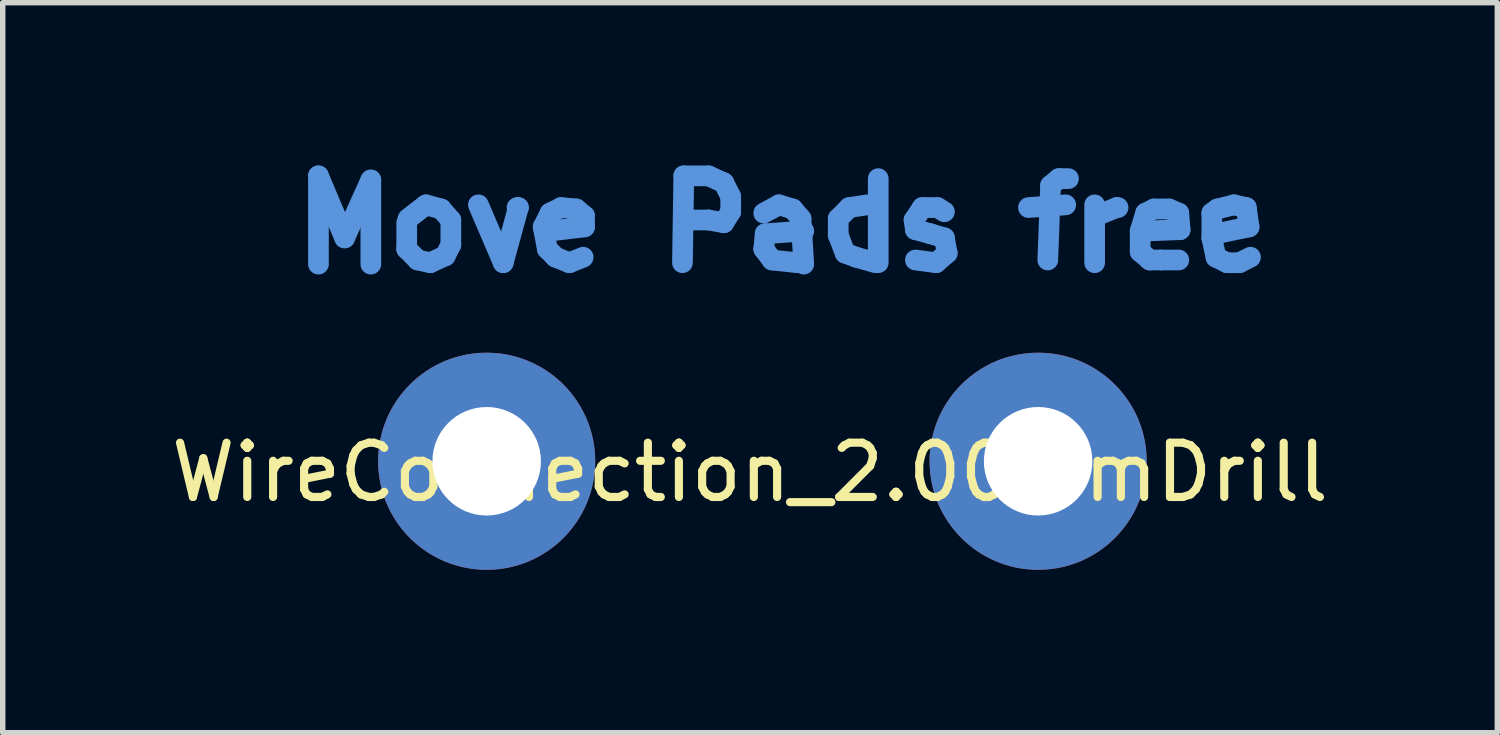
<source format=kicad_pcb>
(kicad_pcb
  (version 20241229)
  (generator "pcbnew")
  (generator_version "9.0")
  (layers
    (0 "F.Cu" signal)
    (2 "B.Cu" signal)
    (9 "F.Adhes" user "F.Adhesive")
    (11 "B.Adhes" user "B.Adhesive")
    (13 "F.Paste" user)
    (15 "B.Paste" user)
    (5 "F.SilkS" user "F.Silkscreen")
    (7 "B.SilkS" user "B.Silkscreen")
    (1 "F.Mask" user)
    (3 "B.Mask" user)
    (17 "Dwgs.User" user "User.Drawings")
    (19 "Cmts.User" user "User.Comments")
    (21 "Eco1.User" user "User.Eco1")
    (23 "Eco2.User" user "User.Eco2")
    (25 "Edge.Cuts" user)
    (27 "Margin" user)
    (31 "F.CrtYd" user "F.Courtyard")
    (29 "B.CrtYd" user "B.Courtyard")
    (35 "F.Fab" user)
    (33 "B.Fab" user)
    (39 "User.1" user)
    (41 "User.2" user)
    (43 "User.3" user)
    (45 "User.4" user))
  (footprint "WireConnection_2.00mmDrill"
    (layer "F.Cu")
    (at 5.916 5.448)
    (property "Reference" "WireConnection_2.00mmDrill" (at 4.851 0.203 0) (layer "F.SilkS") (effects (font (size 1 1) (thickness 0.15))))
    (attr through_hole)
    (fp_line (start -3.099 -5.258) (end -2.616 -4.115) (stroke (width 0.381) (type solid)) (layer "Cmts.User"))
    (fp_line (start -3.099 -3.632) (end -3.099 -5.258) (stroke (width 0.381) (type solid)) (layer "Cmts.User"))
    (fp_line (start -2.616 -4.115) (end -2.134 -5.182) (stroke (width 0.381) (type solid)) (layer "Cmts.User"))
    (fp_line (start -2.134 -5.182) (end -2.134 -3.632) (stroke (width 0.381) (type solid)) (layer "Cmts.User"))
    (fp_line (start -1.473 -4.394) (end -1.473 -3.912) (stroke (width 0.381) (type solid)) (layer "Cmts.User"))
    (fp_line (start -1.473 -3.912) (end -1.27 -3.708) (stroke (width 0.381) (type solid)) (layer "Cmts.User"))
    (fp_line (start -1.27 -3.708) (end -1.041 -3.658) (stroke (width 0.381) (type solid)) (layer "Cmts.User"))
    (fp_line (start -1.118 -4.724) (end -1.448 -4.47) (stroke (width 0.381) (type solid)) (layer "Cmts.User"))
    (fp_line (start -1.041 -3.658) (end -0.762 -3.785) (stroke (width 0.381) (type solid)) (layer "Cmts.User"))
    (fp_line (start -0.838 -4.648) (end -1.118 -4.724) (stroke (width 0.381) (type solid)) (layer "Cmts.User"))
    (fp_line (start -0.762 -3.785) (end -0.66 -3.988) (stroke (width 0.381) (type solid)) (layer "Cmts.User"))
    (fp_line (start -0.66 -4.445) (end -0.838 -4.648) (stroke (width 0.381) (type solid)) (layer "Cmts.User"))
    (fp_line (start -0.66 -3.988) (end -0.66 -4.445) (stroke (width 0.381) (type solid)) (layer "Cmts.User"))
    (fp_line (start -0.152 -4.724) (end 0.305 -3.658) (stroke (width 0.381) (type solid)) (layer "Cmts.User"))
    (fp_line (start 0.305 -3.658) (end 0.584 -4.674) (stroke (width 0.381) (type solid)) (layer "Cmts.User"))
    (fp_line (start 0.584 -4.674) (end 0.559 -4.674) (stroke (width 0.381) (type solid)) (layer "Cmts.User"))
    (fp_line (start 1.041 -4.318) (end 1.168 -4.572) (stroke (width 0.381) (type solid)) (layer "Cmts.User"))
    (fp_line (start 1.118 -3.912) (end 1.041 -4.318) (stroke (width 0.381) (type solid)) (layer "Cmts.User"))
    (fp_line (start 1.168 -4.572) (end 1.372 -4.674) (stroke (width 0.381) (type solid)) (layer "Cmts.User"))
    (fp_line (start 1.27 -3.759) (end 1.118 -3.912) (stroke (width 0.381) (type solid)) (layer "Cmts.User"))
    (fp_line (start 1.372 -4.674) (end 1.651 -4.648) (stroke (width 0.381) (type solid)) (layer "Cmts.User"))
    (fp_line (start 1.524 -3.658) (end 1.27 -3.759) (stroke (width 0.381) (type solid)) (layer "Cmts.User"))
    (fp_line (start 1.651 -4.648) (end 1.803 -4.521) (stroke (width 0.381) (type solid)) (layer "Cmts.User"))
    (fp_line (start 1.778 -3.759) (end 1.524 -3.658) (stroke (width 0.381) (type solid)) (layer "Cmts.User"))
    (fp_line (start 1.803 -4.521) (end 1.803 -4.318) (stroke (width 0.381) (type solid)) (layer "Cmts.User"))
    (fp_line (start 1.803 -4.318) (end 1.168 -4.242) (stroke (width 0.381) (type solid)) (layer "Cmts.User"))
    (fp_line (start 3.607 -3.658) (end 3.632 -5.258) (stroke (width 0.381) (type solid)) (layer "Cmts.User"))
    (fp_line (start 3.632 -5.258) (end 4.089 -5.258) (stroke (width 0.381) (type solid)) (layer "Cmts.User"))
    (fp_line (start 4.089 -5.258) (end 4.369 -5.131) (stroke (width 0.381) (type solid)) (layer "Cmts.User"))
    (fp_line (start 4.089 -4.445) (end 3.632 -4.445) (stroke (width 0.381) (type solid)) (layer "Cmts.User"))
    (fp_line (start 4.369 -5.131) (end 4.496 -4.877) (stroke (width 0.381) (type solid)) (layer "Cmts.User"))
    (fp_line (start 4.369 -4.394) (end 4.089 -4.445) (stroke (width 0.381) (type solid)) (layer "Cmts.User"))
    (fp_line (start 4.496 -4.877) (end 4.496 -4.597) (stroke (width 0.381) (type solid)) (layer "Cmts.User"))
    (fp_line (start 4.496 -4.597) (end 4.369 -4.394) (stroke (width 0.381) (type solid)) (layer "Cmts.User"))
    (fp_line (start 5.105 -4.572) (end 5.385 -4.724) (stroke (width 0.381) (type solid)) (layer "Cmts.User"))
    (fp_line (start 5.105 -3.912) (end 5.131 -4.191) (stroke (width 0.381) (type solid)) (layer "Cmts.User"))
    (fp_line (start 5.131 -4.191) (end 5.842 -4.242) (stroke (width 0.381) (type solid)) (layer "Cmts.User"))
    (fp_line (start 5.258 -3.708) (end 5.105 -3.912) (stroke (width 0.381) (type solid)) (layer "Cmts.User"))
    (fp_line (start 5.385 -4.724) (end 5.639 -4.648) (stroke (width 0.381) (type solid)) (layer "Cmts.User"))
    (fp_line (start 5.639 -4.648) (end 5.791 -4.47) (stroke (width 0.381) (type solid)) (layer "Cmts.User"))
    (fp_line (start 5.715 -3.658) (end 5.258 -3.708) (stroke (width 0.381) (type solid)) (layer "Cmts.User"))
    (fp_line (start 5.791 -4.47) (end 5.842 -3.632) (stroke (width 0.381) (type solid)) (layer "Cmts.User"))
    (fp_line (start 6.477 -4.47) (end 6.68 -4.674) (stroke (width 0.381) (type solid)) (layer "Cmts.User"))
    (fp_line (start 6.477 -4.166) (end 6.477 -4.47) (stroke (width 0.381) (type solid)) (layer "Cmts.User"))
    (fp_line (start 6.604 -3.835) (end 6.477 -4.166) (stroke (width 0.381) (type solid)) (layer "Cmts.User"))
    (fp_line (start 6.68 -4.674) (end 7.01 -4.724) (stroke (width 0.381) (type solid)) (layer "Cmts.User"))
    (fp_line (start 6.807 -3.759) (end 6.604 -3.835) (stroke (width 0.381) (type solid)) (layer "Cmts.User"))
    (fp_line (start 7.163 -3.658) (end 6.807 -3.759) (stroke (width 0.381) (type solid)) (layer "Cmts.User"))
    (fp_line (start 7.214 -5.207) (end 7.214 -3.658) (stroke (width 0.381) (type solid)) (layer "Cmts.User"))
    (fp_line (start 7.874 -4.445) (end 7.899 -4.267) (stroke (width 0.381) (type solid)) (layer "Cmts.User"))
    (fp_line (start 7.899 -4.267) (end 8.179 -4.191) (stroke (width 0.381) (type solid)) (layer "Cmts.User"))
    (fp_line (start 8.026 -4.674) (end 7.874 -4.445) (stroke (width 0.381) (type solid)) (layer "Cmts.User"))
    (fp_line (start 8.179 -4.191) (end 8.433 -4.115) (stroke (width 0.381) (type solid)) (layer "Cmts.User"))
    (fp_line (start 8.28 -3.658) (end 7.899 -3.708) (stroke (width 0.381) (type solid)) (layer "Cmts.User"))
    (fp_line (start 8.306 -4.674) (end 8.026 -4.674) (stroke (width 0.381) (type solid)) (layer "Cmts.User"))
    (fp_line (start 8.433 -4.597) (end 8.306 -4.674) (stroke (width 0.381) (type solid)) (layer "Cmts.User"))
    (fp_line (start 8.433 -4.115) (end 8.484 -3.835) (stroke (width 0.381) (type solid)) (layer "Cmts.User"))
    (fp_line (start 8.484 -3.835) (end 8.28 -3.658) (stroke (width 0.381) (type solid)) (layer "Cmts.User"))
    (fp_line (start 9.982 -4.674) (end 10.668 -4.724) (stroke (width 0.381) (type solid)) (layer "Cmts.User"))
    (fp_line (start 10.389 -5.08) (end 10.338 -3.708) (stroke (width 0.381) (type solid)) (layer "Cmts.User"))
    (fp_line (start 10.541 -5.207) (end 10.389 -5.08) (stroke (width 0.381) (type solid)) (layer "Cmts.User"))
    (fp_line (start 10.719 -5.207) (end 10.541 -5.207) (stroke (width 0.381) (type solid)) (layer "Cmts.User"))
    (fp_line (start 11.201 -4.724) (end 11.201 -3.658) (stroke (width 0.381) (type solid)) (layer "Cmts.User"))
    (fp_line (start 11.227 -4.521) (end 11.608 -4.674) (stroke (width 0.381) (type solid)) (layer "Cmts.User"))
    (fp_line (start 11.608 -4.674) (end 11.633 -4.674) (stroke (width 0.381) (type solid)) (layer "Cmts.User"))
    (fp_line (start 12.04 -4.242) (end 12.141 -4.572) (stroke (width 0.381) (type solid)) (layer "Cmts.User"))
    (fp_line (start 12.04 -3.861) (end 12.04 -4.242) (stroke (width 0.381) (type solid)) (layer "Cmts.User"))
    (fp_line (start 12.141 -4.572) (end 12.294 -4.648) (stroke (width 0.381) (type solid)) (layer "Cmts.User"))
    (fp_line (start 12.217 -3.708) (end 12.04 -3.861) (stroke (width 0.381) (type solid)) (layer "Cmts.User"))
    (fp_line (start 12.294 -4.648) (end 12.573 -4.648) (stroke (width 0.381) (type solid)) (layer "Cmts.User"))
    (fp_line (start 12.421 -3.708) (end 12.217 -3.708) (stroke (width 0.381) (type solid)) (layer "Cmts.User"))
    (fp_line (start 12.573 -4.648) (end 12.751 -4.572) (stroke (width 0.381) (type solid)) (layer "Cmts.User"))
    (fp_line (start 12.751 -4.572) (end 12.776 -4.267) (stroke (width 0.381) (type solid)) (layer "Cmts.User"))
    (fp_line (start 12.751 -3.708) (end 12.421 -3.708) (stroke (width 0.381) (type solid)) (layer "Cmts.User"))
    (fp_line (start 12.776 -4.267) (end 12.141 -4.242) (stroke (width 0.381) (type solid)) (layer "Cmts.User"))
    (fp_line (start 13.36 -4.572) (end 13.462 -4.648) (stroke (width 0.381) (type solid)) (layer "Cmts.User"))
    (fp_line (start 13.36 -4.115) (end 13.36 -4.572) (stroke (width 0.381) (type solid)) (layer "Cmts.User"))
    (fp_line (start 13.437 -4.191) (end 13.437 -4.242) (stroke (width 0.381) (type solid)) (layer "Cmts.User"))
    (fp_line (start 13.437 -3.759) (end 13.36 -4.115) (stroke (width 0.381) (type solid)) (layer "Cmts.User"))
    (fp_line (start 13.462 -4.648) (end 13.767 -4.724) (stroke (width 0.381) (type solid)) (layer "Cmts.User"))
    (fp_line (start 13.64 -3.658) (end 13.437 -3.759) (stroke (width 0.381) (type solid)) (layer "Cmts.User"))
    (fp_line (start 13.767 -4.724) (end 13.995 -4.674) (stroke (width 0.381) (type solid)) (layer "Cmts.User"))
    (fp_line (start 13.868 -3.658) (end 13.64 -3.658) (stroke (width 0.381) (type solid)) (layer "Cmts.User"))
    (fp_line (start 13.995 -4.674) (end 14.046 -4.318) (stroke (width 0.381) (type solid)) (layer "Cmts.User"))
    (fp_line (start 14.046 -4.318) (end 13.437 -4.191) (stroke (width 0.381) (type solid)) (layer "Cmts.User"))
    (fp_line (start 14.072 -3.759) (end 13.868 -3.658) (stroke (width 0.381) (type solid)) (layer "Cmts.User"))
    (pad "1" thru_hole circle (at 0 0) (size 4 4) (drill 1.999) (layers "*.Cu" "*.Mask"))
    (pad "2" thru_hole circle (at 10.16 0) (size 4 4) (drill 1.999) (layers "*.Cu" "*.Mask")))
  (gr_rect
    (start -3 -3)
    (end 24.536 10.449)
    (stroke (width 0.1) (type default))
    (fill no)
    (layer "Edge.Cuts")))
</source>
